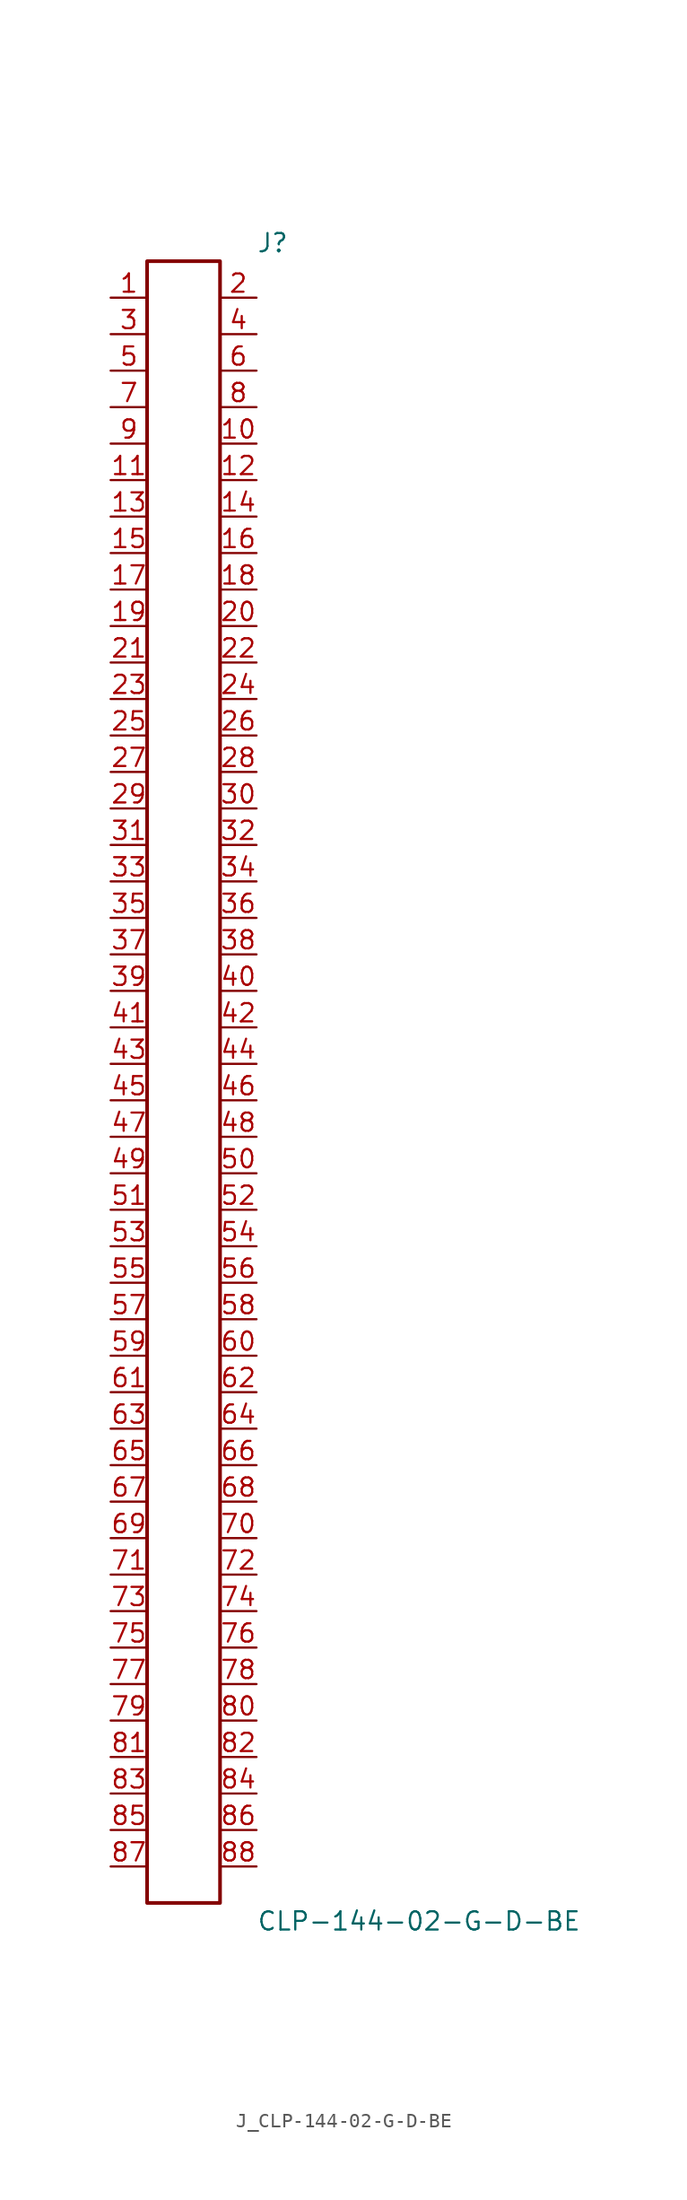
<source format=kicad_sym>
(kicad_symbol_lib
  (version 20231120)
  (generator kicad_symbol_editor)
  (generator_version 8.0)
  (symbol "J_CLP-144-02-G-D-BE"
    (pin_names
      (offset 0.254))
    (property "Reference" "J"
      (at 5.08 58.42 0)
      (effects (font (size 1.27 1.27)) (justify left)))
    (property "Value" "CLP-144-02-G-D-BE"
      (at 5.08 -58.42 0)
      (effects (font (size 1.27 1.27)) (justify left)))
    (symbol "J_CLP-144-02-G-D-BE_0_0"
      (pin passive line (at -5.08 54.61 0) (length 2.54) (name "" (effects (font (size 1.27 1.27)))) (number "1" (effects (font (size 1.27 1.27)))))
      (pin passive line (at 5.08 54.61 180) (length 2.54) (name "" (effects (font (size 1.27 1.27)))) (number "2" (effects (font (size 1.27 1.27)))))
      (pin passive line (at -5.08 52.07 0) (length 2.54) (name "" (effects (font (size 1.27 1.27)))) (number "3" (effects (font (size 1.27 1.27)))))
      (pin passive line (at 5.08 52.07 180) (length 2.54) (name "" (effects (font (size 1.27 1.27)))) (number "4" (effects (font (size 1.27 1.27)))))
      (pin passive line (at -5.08 49.53 0) (length 2.54) (name "" (effects (font (size 1.27 1.27)))) (number "5" (effects (font (size 1.27 1.27)))))
      (pin passive line (at 5.08 49.53 180) (length 2.54) (name "" (effects (font (size 1.27 1.27)))) (number "6" (effects (font (size 1.27 1.27)))))
      (pin passive line (at -5.08 46.99 0) (length 2.54) (name "" (effects (font (size 1.27 1.27)))) (number "7" (effects (font (size 1.27 1.27)))))
      (pin passive line (at 5.08 46.99 180) (length 2.54) (name "" (effects (font (size 1.27 1.27)))) (number "8" (effects (font (size 1.27 1.27)))))
      (pin passive line (at -5.08 44.45 0) (length 2.54) (name "" (effects (font (size 1.27 1.27)))) (number "9" (effects (font (size 1.27 1.27)))))
      (pin passive line (at 5.08 44.45 180) (length 2.54) (name "" (effects (font (size 1.27 1.27)))) (number "10" (effects (font (size 1.27 1.27)))))
      (pin passive line (at -5.08 41.91 0) (length 2.54) (name "" (effects (font (size 1.27 1.27)))) (number "11" (effects (font (size 1.27 1.27)))))
      (pin passive line (at 5.08 41.91 180) (length 2.54) (name "" (effects (font (size 1.27 1.27)))) (number "12" (effects (font (size 1.27 1.27)))))
      (pin passive line (at -5.08 39.37 0) (length 2.54) (name "" (effects (font (size 1.27 1.27)))) (number "13" (effects (font (size 1.27 1.27)))))
      (pin passive line (at 5.08 39.37 180) (length 2.54) (name "" (effects (font (size 1.27 1.27)))) (number "14" (effects (font (size 1.27 1.27)))))
      (pin passive line (at -5.08 36.83 0) (length 2.54) (name "" (effects (font (size 1.27 1.27)))) (number "15" (effects (font (size 1.27 1.27)))))
      (pin passive line (at 5.08 36.83 180) (length 2.54) (name "" (effects (font (size 1.27 1.27)))) (number "16" (effects (font (size 1.27 1.27)))))
      (pin passive line (at -5.08 34.29 0) (length 2.54) (name "" (effects (font (size 1.27 1.27)))) (number "17" (effects (font (size 1.27 1.27)))))
      (pin passive line (at 5.08 34.29 180) (length 2.54) (name "" (effects (font (size 1.27 1.27)))) (number "18" (effects (font (size 1.27 1.27)))))
      (pin passive line (at -5.08 31.75 0) (length 2.54) (name "" (effects (font (size 1.27 1.27)))) (number "19" (effects (font (size 1.27 1.27)))))
      (pin passive line (at 5.08 31.75 180) (length 2.54) (name "" (effects (font (size 1.27 1.27)))) (number "20" (effects (font (size 1.27 1.27)))))
      (pin passive line (at -5.08 29.21 0) (length 2.54) (name "" (effects (font (size 1.27 1.27)))) (number "21" (effects (font (size 1.27 1.27)))))
      (pin passive line (at 5.08 29.21 180) (length 2.54) (name "" (effects (font (size 1.27 1.27)))) (number "22" (effects (font (size 1.27 1.27)))))
      (pin passive line (at -5.08 26.67 0) (length 2.54) (name "" (effects (font (size 1.27 1.27)))) (number "23" (effects (font (size 1.27 1.27)))))
      (pin passive line (at 5.08 26.67 180) (length 2.54) (name "" (effects (font (size 1.27 1.27)))) (number "24" (effects (font (size 1.27 1.27)))))
      (pin passive line (at -5.08 24.13 0) (length 2.54) (name "" (effects (font (size 1.27 1.27)))) (number "25" (effects (font (size 1.27 1.27)))))
      (pin passive line (at 5.08 24.13 180) (length 2.54) (name "" (effects (font (size 1.27 1.27)))) (number "26" (effects (font (size 1.27 1.27)))))
      (pin passive line (at -5.08 21.59 0) (length 2.54) (name "" (effects (font (size 1.27 1.27)))) (number "27" (effects (font (size 1.27 1.27)))))
      (pin passive line (at 5.08 21.59 180) (length 2.54) (name "" (effects (font (size 1.27 1.27)))) (number "28" (effects (font (size 1.27 1.27)))))
      (pin passive line (at -5.08 19.05 0) (length 2.54) (name "" (effects (font (size 1.27 1.27)))) (number "29" (effects (font (size 1.27 1.27)))))
      (pin passive line (at 5.08 19.05 180) (length 2.54) (name "" (effects (font (size 1.27 1.27)))) (number "30" (effects (font (size 1.27 1.27)))))
      (pin passive line (at -5.08 16.51 0) (length 2.54) (name "" (effects (font (size 1.27 1.27)))) (number "31" (effects (font (size 1.27 1.27)))))
      (pin passive line (at 5.08 16.51 180) (length 2.54) (name "" (effects (font (size 1.27 1.27)))) (number "32" (effects (font (size 1.27 1.27)))))
      (pin passive line (at -5.08 13.97 0) (length 2.54) (name "" (effects (font (size 1.27 1.27)))) (number "33" (effects (font (size 1.27 1.27)))))
      (pin passive line (at 5.08 13.97 180) (length 2.54) (name "" (effects (font (size 1.27 1.27)))) (number "34" (effects (font (size 1.27 1.27)))))
      (pin passive line (at -5.08 11.43 0) (length 2.54) (name "" (effects (font (size 1.27 1.27)))) (number "35" (effects (font (size 1.27 1.27)))))
      (pin passive line (at 5.08 11.43 180) (length 2.54) (name "" (effects (font (size 1.27 1.27)))) (number "36" (effects (font (size 1.27 1.27)))))
      (pin passive line (at -5.08 8.89 0) (length 2.54) (name "" (effects (font (size 1.27 1.27)))) (number "37" (effects (font (size 1.27 1.27)))))
      (pin passive line (at 5.08 8.89 180) (length 2.54) (name "" (effects (font (size 1.27 1.27)))) (number "38" (effects (font (size 1.27 1.27)))))
      (pin passive line (at -5.08 6.35 0) (length 2.54) (name "" (effects (font (size 1.27 1.27)))) (number "39" (effects (font (size 1.27 1.27)))))
      (pin passive line (at 5.08 6.35 180) (length 2.54) (name "" (effects (font (size 1.27 1.27)))) (number "40" (effects (font (size 1.27 1.27)))))
      (pin passive line (at -5.08 3.81 0) (length 2.54) (name "" (effects (font (size 1.27 1.27)))) (number "41" (effects (font (size 1.27 1.27)))))
      (pin passive line (at 5.08 3.81 180) (length 2.54) (name "" (effects (font (size 1.27 1.27)))) (number "42" (effects (font (size 1.27 1.27)))))
      (pin passive line (at -5.08 1.27 0) (length 2.54) (name "" (effects (font (size 1.27 1.27)))) (number "43" (effects (font (size 1.27 1.27)))))
      (pin passive line (at 5.08 1.27 180) (length 2.54) (name "" (effects (font (size 1.27 1.27)))) (number "44" (effects (font (size 1.27 1.27)))))
      (pin passive line (at -5.08 -1.27 0) (length 2.54) (name "" (effects (font (size 1.27 1.27)))) (number "45" (effects (font (size 1.27 1.27)))))
      (pin passive line (at 5.08 -1.27 180) (length 2.54) (name "" (effects (font (size 1.27 1.27)))) (number "46" (effects (font (size 1.27 1.27)))))
      (pin passive line (at -5.08 -3.81 0) (length 2.54) (name "" (effects (font (size 1.27 1.27)))) (number "47" (effects (font (size 1.27 1.27)))))
      (pin passive line (at 5.08 -3.81 180) (length 2.54) (name "" (effects (font (size 1.27 1.27)))) (number "48" (effects (font (size 1.27 1.27)))))
      (pin passive line (at -5.08 -6.35 0) (length 2.54) (name "" (effects (font (size 1.27 1.27)))) (number "49" (effects (font (size 1.27 1.27)))))
      (pin passive line (at 5.08 -6.35 180) (length 2.54) (name "" (effects (font (size 1.27 1.27)))) (number "50" (effects (font (size 1.27 1.27)))))
      (pin passive line (at -5.08 -8.89 0) (length 2.54) (name "" (effects (font (size 1.27 1.27)))) (number "51" (effects (font (size 1.27 1.27)))))
      (pin passive line (at 5.08 -8.89 180) (length 2.54) (name "" (effects (font (size 1.27 1.27)))) (number "52" (effects (font (size 1.27 1.27)))))
      (pin passive line (at -5.08 -11.43 0) (length 2.54) (name "" (effects (font (size 1.27 1.27)))) (number "53" (effects (font (size 1.27 1.27)))))
      (pin passive line (at 5.08 -11.43 180) (length 2.54) (name "" (effects (font (size 1.27 1.27)))) (number "54" (effects (font (size 1.27 1.27)))))
      (pin passive line (at -5.08 -13.97 0) (length 2.54) (name "" (effects (font (size 1.27 1.27)))) (number "55" (effects (font (size 1.27 1.27)))))
      (pin passive line (at 5.08 -13.97 180) (length 2.54) (name "" (effects (font (size 1.27 1.27)))) (number "56" (effects (font (size 1.27 1.27)))))
      (pin passive line (at -5.08 -16.51 0) (length 2.54) (name "" (effects (font (size 1.27 1.27)))) (number "57" (effects (font (size 1.27 1.27)))))
      (pin passive line (at 5.08 -16.51 180) (length 2.54) (name "" (effects (font (size 1.27 1.27)))) (number "58" (effects (font (size 1.27 1.27)))))
      (pin passive line (at -5.08 -19.05 0) (length 2.54) (name "" (effects (font (size 1.27 1.27)))) (number "59" (effects (font (size 1.27 1.27)))))
      (pin passive line (at 5.08 -19.05 180) (length 2.54) (name "" (effects (font (size 1.27 1.27)))) (number "60" (effects (font (size 1.27 1.27)))))
      (pin passive line (at -5.08 -21.59 0) (length 2.54) (name "" (effects (font (size 1.27 1.27)))) (number "61" (effects (font (size 1.27 1.27)))))
      (pin passive line (at 5.08 -21.59 180) (length 2.54) (name "" (effects (font (size 1.27 1.27)))) (number "62" (effects (font (size 1.27 1.27)))))
      (pin passive line (at -5.08 -24.13 0) (length 2.54) (name "" (effects (font (size 1.27 1.27)))) (number "63" (effects (font (size 1.27 1.27)))))
      (pin passive line (at 5.08 -24.13 180) (length 2.54) (name "" (effects (font (size 1.27 1.27)))) (number "64" (effects (font (size 1.27 1.27)))))
      (pin passive line (at -5.08 -26.67 0) (length 2.54) (name "" (effects (font (size 1.27 1.27)))) (number "65" (effects (font (size 1.27 1.27)))))
      (pin passive line (at 5.08 -26.67 180) (length 2.54) (name "" (effects (font (size 1.27 1.27)))) (number "66" (effects (font (size 1.27 1.27)))))
      (pin passive line (at -5.08 -29.21 0) (length 2.54) (name "" (effects (font (size 1.27 1.27)))) (number "67" (effects (font (size 1.27 1.27)))))
      (pin passive line (at 5.08 -29.21 180) (length 2.54) (name "" (effects (font (size 1.27 1.27)))) (number "68" (effects (font (size 1.27 1.27)))))
      (pin passive line (at -5.08 -31.75 0) (length 2.54) (name "" (effects (font (size 1.27 1.27)))) (number "69" (effects (font (size 1.27 1.27)))))
      (pin passive line (at 5.08 -31.75 180) (length 2.54) (name "" (effects (font (size 1.27 1.27)))) (number "70" (effects (font (size 1.27 1.27)))))
      (pin passive line (at -5.08 -34.29 0) (length 2.54) (name "" (effects (font (size 1.27 1.27)))) (number "71" (effects (font (size 1.27 1.27)))))
      (pin passive line (at 5.08 -34.29 180) (length 2.54) (name "" (effects (font (size 1.27 1.27)))) (number "72" (effects (font (size 1.27 1.27)))))
      (pin passive line (at -5.08 -36.83 0) (length 2.54) (name "" (effects (font (size 1.27 1.27)))) (number "73" (effects (font (size 1.27 1.27)))))
      (pin passive line (at 5.08 -36.83 180) (length 2.54) (name "" (effects (font (size 1.27 1.27)))) (number "74" (effects (font (size 1.27 1.27)))))
      (pin passive line (at -5.08 -39.37 0) (length 2.54) (name "" (effects (font (size 1.27 1.27)))) (number "75" (effects (font (size 1.27 1.27)))))
      (pin passive line (at 5.08 -39.37 180) (length 2.54) (name "" (effects (font (size 1.27 1.27)))) (number "76" (effects (font (size 1.27 1.27)))))
      (pin passive line (at -5.08 -41.91 0) (length 2.54) (name "" (effects (font (size 1.27 1.27)))) (number "77" (effects (font (size 1.27 1.27)))))
      (pin passive line (at 5.08 -41.91 180) (length 2.54) (name "" (effects (font (size 1.27 1.27)))) (number "78" (effects (font (size 1.27 1.27)))))
      (pin passive line (at -5.08 -44.45 0) (length 2.54) (name "" (effects (font (size 1.27 1.27)))) (number "79" (effects (font (size 1.27 1.27)))))
      (pin passive line (at 5.08 -44.45 180) (length 2.54) (name "" (effects (font (size 1.27 1.27)))) (number "80" (effects (font (size 1.27 1.27)))))
      (pin passive line (at -5.08 -46.99 0) (length 2.54) (name "" (effects (font (size 1.27 1.27)))) (number "81" (effects (font (size 1.27 1.27)))))
      (pin passive line (at 5.08 -46.99 180) (length 2.54) (name "" (effects (font (size 1.27 1.27)))) (number "82" (effects (font (size 1.27 1.27)))))
      (pin passive line (at -5.08 -49.53 0) (length 2.54) (name "" (effects (font (size 1.27 1.27)))) (number "83" (effects (font (size 1.27 1.27)))))
      (pin passive line (at 5.08 -49.53 180) (length 2.54) (name "" (effects (font (size 1.27 1.27)))) (number "84" (effects (font (size 1.27 1.27)))))
      (pin passive line (at -5.08 -52.07 0) (length 2.54) (name "" (effects (font (size 1.27 1.27)))) (number "85" (effects (font (size 1.27 1.27)))))
      (pin passive line (at 5.08 -52.07 180) (length 2.54) (name "" (effects (font (size 1.27 1.27)))) (number "86" (effects (font (size 1.27 1.27)))))
      (pin passive line (at -5.08 -54.61 0) (length 2.54) (name "" (effects (font (size 1.27 1.27)))) (number "87" (effects (font (size 1.27 1.27)))))
      (pin passive line (at 5.08 -54.61 180) (length 2.54) (name "" (effects (font (size 1.27 1.27)))) (number "88" (effects (font (size 1.27 1.27))))))
    (symbol "J_CLP-144-02-G-D-BE_1_0"
      (rectangle (start -2.54 57.15) (end 2.54 -57.15) (stroke (width 0.254) (type solid)) (fill (type none))))))
</source>
